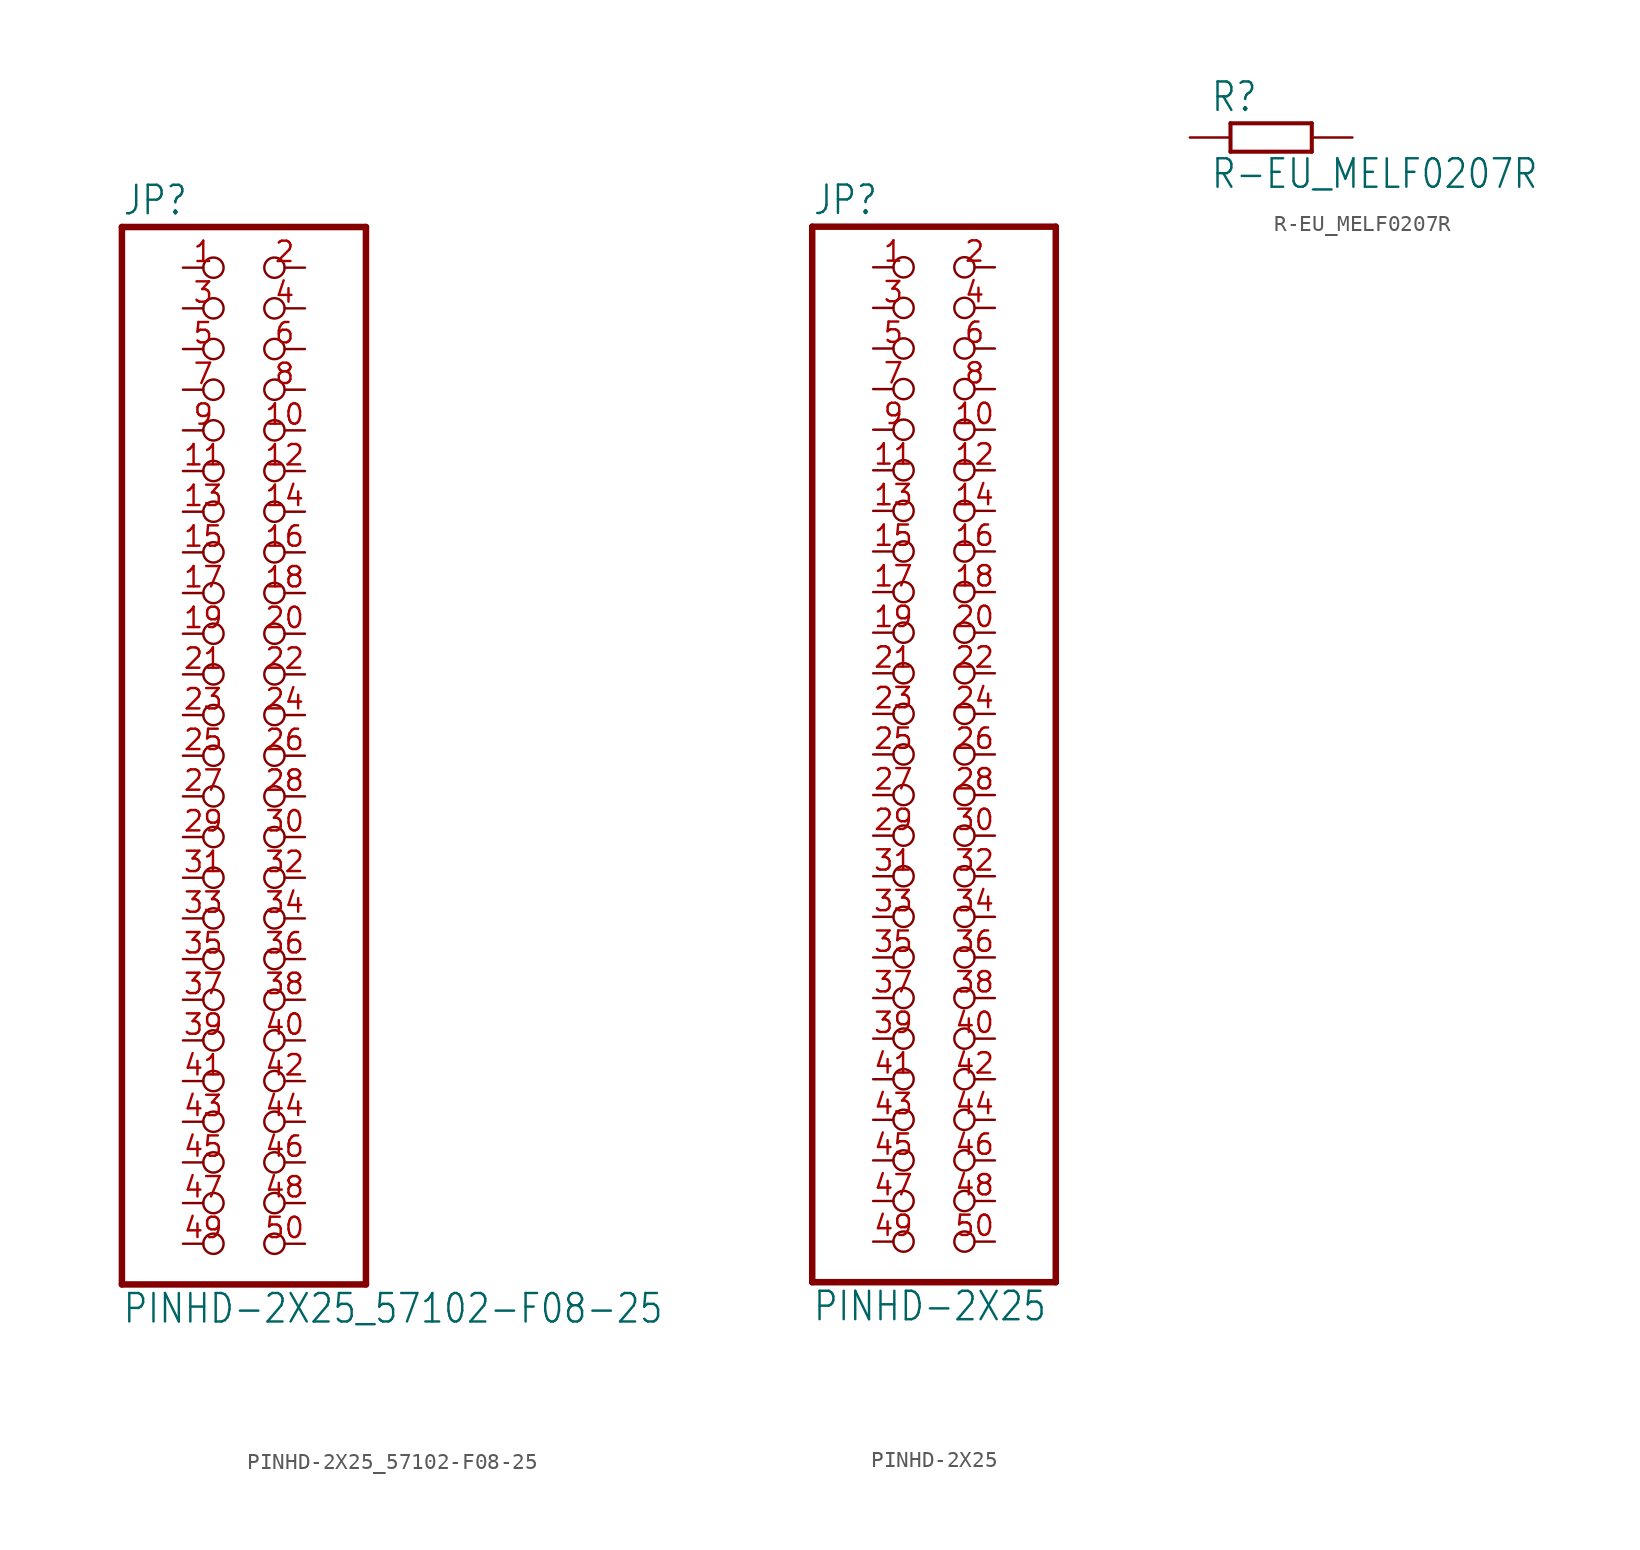
<source format=kicad_sym>
(kicad_symbol_lib
  (version 20220331)
  (generator kicad_symbol_editor)
  (symbol "PINHD-2X25_57102-F08-25"
    (property "Reference" "JP"
      (at -6.35 33.655 0)
      (effects (font (size 1.778 1.511)) (justify left bottom)))
    (property "Value" "PINHD-2X25_57102-F08-25"
      (at -6.35 -35.56 0)
      (effects (font (size 1.778 1.511)) (justify left bottom)))
    (property "ki_locked" ""
      (at 0 0 0)
      (effects (font (size 1.27 1.27))))
    (symbol "PINHD-2X25_57102-F08-25_1_0"
      (polyline (pts (xy -6.35 -33.02) (xy 8.89 -33.02)) (stroke (width 0.406) (type solid)) (fill (type none)))
      (polyline (pts (xy -6.35 33.02) (xy -6.35 -33.02)) (stroke (width 0.406) (type solid)) (fill (type none)))
      (polyline (pts (xy 8.89 -33.02) (xy 8.89 33.02)) (stroke (width 0.406) (type solid)) (fill (type none)))
      (polyline (pts (xy 8.89 33.02) (xy -6.35 33.02)) (stroke (width 0.406) (type solid)) (fill (type none)))
      (pin passive inverted (at -2.54 30.48 0) (length 2.54) (name "1" (effects (font (size 0 0)))) (number "1" (effects (font (size 1.27 1.27)))))
      (pin passive inverted (at 5.08 20.32 180) (length 2.54) (name "10" (effects (font (size 0 0)))) (number "10" (effects (font (size 1.27 1.27)))))
      (pin passive inverted (at -2.54 17.78 0) (length 2.54) (name "11" (effects (font (size 0 0)))) (number "11" (effects (font (size 1.27 1.27)))))
      (pin passive inverted (at 5.08 17.78 180) (length 2.54) (name "12" (effects (font (size 0 0)))) (number "12" (effects (font (size 1.27 1.27)))))
      (pin passive inverted (at -2.54 15.24 0) (length 2.54) (name "13" (effects (font (size 0 0)))) (number "13" (effects (font (size 1.27 1.27)))))
      (pin passive inverted (at 5.08 15.24 180) (length 2.54) (name "14" (effects (font (size 0 0)))) (number "14" (effects (font (size 1.27 1.27)))))
      (pin passive inverted (at -2.54 12.7 0) (length 2.54) (name "15" (effects (font (size 0 0)))) (number "15" (effects (font (size 1.27 1.27)))))
      (pin passive inverted (at 5.08 12.7 180) (length 2.54) (name "16" (effects (font (size 0 0)))) (number "16" (effects (font (size 1.27 1.27)))))
      (pin passive inverted (at -2.54 10.16 0) (length 2.54) (name "17" (effects (font (size 0 0)))) (number "17" (effects (font (size 1.27 1.27)))))
      (pin passive inverted (at 5.08 10.16 180) (length 2.54) (name "18" (effects (font (size 0 0)))) (number "18" (effects (font (size 1.27 1.27)))))
      (pin passive inverted (at -2.54 7.62 0) (length 2.54) (name "19" (effects (font (size 0 0)))) (number "19" (effects (font (size 1.27 1.27)))))
      (pin passive inverted (at 5.08 30.48 180) (length 2.54) (name "2" (effects (font (size 0 0)))) (number "2" (effects (font (size 1.27 1.27)))))
      (pin passive inverted (at 5.08 7.62 180) (length 2.54) (name "20" (effects (font (size 0 0)))) (number "20" (effects (font (size 1.27 1.27)))))
      (pin passive inverted (at -2.54 5.08 0) (length 2.54) (name "21" (effects (font (size 0 0)))) (number "21" (effects (font (size 1.27 1.27)))))
      (pin passive inverted (at 5.08 5.08 180) (length 2.54) (name "22" (effects (font (size 0 0)))) (number "22" (effects (font (size 1.27 1.27)))))
      (pin passive inverted (at -2.54 2.54 0) (length 2.54) (name "23" (effects (font (size 0 0)))) (number "23" (effects (font (size 1.27 1.27)))))
      (pin passive inverted (at 5.08 2.54 180) (length 2.54) (name "24" (effects (font (size 0 0)))) (number "24" (effects (font (size 1.27 1.27)))))
      (pin passive inverted (at -2.54 0 0) (length 2.54) (name "25" (effects (font (size 0 0)))) (number "25" (effects (font (size 1.27 1.27)))))
      (pin passive inverted (at 5.08 0 180) (length 2.54) (name "26" (effects (font (size 0 0)))) (number "26" (effects (font (size 1.27 1.27)))))
      (pin passive inverted (at -2.54 -2.54 0) (length 2.54) (name "27" (effects (font (size 0 0)))) (number "27" (effects (font (size 1.27 1.27)))))
      (pin passive inverted (at 5.08 -2.54 180) (length 2.54) (name "28" (effects (font (size 0 0)))) (number "28" (effects (font (size 1.27 1.27)))))
      (pin passive inverted (at -2.54 -5.08 0) (length 2.54) (name "29" (effects (font (size 0 0)))) (number "29" (effects (font (size 1.27 1.27)))))
      (pin passive inverted (at -2.54 27.94 0) (length 2.54) (name "3" (effects (font (size 0 0)))) (number "3" (effects (font (size 1.27 1.27)))))
      (pin passive inverted (at 5.08 -5.08 180) (length 2.54) (name "30" (effects (font (size 0 0)))) (number "30" (effects (font (size 1.27 1.27)))))
      (pin passive inverted (at -2.54 -7.62 0) (length 2.54) (name "31" (effects (font (size 0 0)))) (number "31" (effects (font (size 1.27 1.27)))))
      (pin passive inverted (at 5.08 -7.62 180) (length 2.54) (name "32" (effects (font (size 0 0)))) (number "32" (effects (font (size 1.27 1.27)))))
      (pin passive inverted (at -2.54 -10.16 0) (length 2.54) (name "33" (effects (font (size 0 0)))) (number "33" (effects (font (size 1.27 1.27)))))
      (pin passive inverted (at 5.08 -10.16 180) (length 2.54) (name "34" (effects (font (size 0 0)))) (number "34" (effects (font (size 1.27 1.27)))))
      (pin passive inverted (at -2.54 -12.7 0) (length 2.54) (name "35" (effects (font (size 0 0)))) (number "35" (effects (font (size 1.27 1.27)))))
      (pin passive inverted (at 5.08 -12.7 180) (length 2.54) (name "36" (effects (font (size 0 0)))) (number "36" (effects (font (size 1.27 1.27)))))
      (pin passive inverted (at -2.54 -15.24 0) (length 2.54) (name "37" (effects (font (size 0 0)))) (number "37" (effects (font (size 1.27 1.27)))))
      (pin passive inverted (at 5.08 -15.24 180) (length 2.54) (name "38" (effects (font (size 0 0)))) (number "38" (effects (font (size 1.27 1.27)))))
      (pin passive inverted (at -2.54 -17.78 0) (length 2.54) (name "39" (effects (font (size 0 0)))) (number "39" (effects (font (size 1.27 1.27)))))
      (pin passive inverted (at 5.08 27.94 180) (length 2.54) (name "4" (effects (font (size 0 0)))) (number "4" (effects (font (size 1.27 1.27)))))
      (pin passive inverted (at 5.08 -17.78 180) (length 2.54) (name "40" (effects (font (size 0 0)))) (number "40" (effects (font (size 1.27 1.27)))))
      (pin passive inverted (at -2.54 -20.32 0) (length 2.54) (name "41" (effects (font (size 0 0)))) (number "41" (effects (font (size 1.27 1.27)))))
      (pin passive inverted (at 5.08 -20.32 180) (length 2.54) (name "42" (effects (font (size 0 0)))) (number "42" (effects (font (size 1.27 1.27)))))
      (pin passive inverted (at -2.54 -22.86 0) (length 2.54) (name "43" (effects (font (size 0 0)))) (number "43" (effects (font (size 1.27 1.27)))))
      (pin passive inverted (at 5.08 -22.86 180) (length 2.54) (name "44" (effects (font (size 0 0)))) (number "44" (effects (font (size 1.27 1.27)))))
      (pin passive inverted (at -2.54 -25.4 0) (length 2.54) (name "45" (effects (font (size 0 0)))) (number "45" (effects (font (size 1.27 1.27)))))
      (pin passive inverted (at 5.08 -25.4 180) (length 2.54) (name "46" (effects (font (size 0 0)))) (number "46" (effects (font (size 1.27 1.27)))))
      (pin passive inverted (at -2.54 -27.94 0) (length 2.54) (name "47" (effects (font (size 0 0)))) (number "47" (effects (font (size 1.27 1.27)))))
      (pin passive inverted (at 5.08 -27.94 180) (length 2.54) (name "48" (effects (font (size 0 0)))) (number "48" (effects (font (size 1.27 1.27)))))
      (pin passive inverted (at -2.54 -30.48 0) (length 2.54) (name "49" (effects (font (size 0 0)))) (number "49" (effects (font (size 1.27 1.27)))))
      (pin passive inverted (at -2.54 25.4 0) (length 2.54) (name "5" (effects (font (size 0 0)))) (number "5" (effects (font (size 1.27 1.27)))))
      (pin passive inverted (at 5.08 -30.48 180) (length 2.54) (name "50" (effects (font (size 0 0)))) (number "50" (effects (font (size 1.27 1.27)))))
      (pin passive inverted (at 5.08 25.4 180) (length 2.54) (name "6" (effects (font (size 0 0)))) (number "6" (effects (font (size 1.27 1.27)))))
      (pin passive inverted (at -2.54 22.86 0) (length 2.54) (name "7" (effects (font (size 0 0)))) (number "7" (effects (font (size 1.27 1.27)))))
      (pin passive inverted (at 5.08 22.86 180) (length 2.54) (name "8" (effects (font (size 0 0)))) (number "8" (effects (font (size 1.27 1.27)))))
      (pin passive inverted (at -2.54 20.32 0) (length 2.54) (name "9" (effects (font (size 0 0)))) (number "9" (effects (font (size 1.27 1.27)))))))
  (symbol "PINHD-2X25"
    (property "Reference" "JP"
      (at -6.35 33.655 0)
      (effects (font (size 1.778 1.511)) (justify left bottom)))
    (property "Value" "PINHD-2X25"
      (at -6.35 -35.56 0)
      (effects (font (size 1.778 1.511)) (justify left bottom)))
    (property "ki_locked" ""
      (at 0 0 0)
      (effects (font (size 1.27 1.27))))
    (symbol "PINHD-2X25_1_0"
      (polyline (pts (xy -6.35 -33.02) (xy 8.89 -33.02)) (stroke (width 0.406) (type solid)) (fill (type none)))
      (polyline (pts (xy -6.35 33.02) (xy -6.35 -33.02)) (stroke (width 0.406) (type solid)) (fill (type none)))
      (polyline (pts (xy 8.89 -33.02) (xy 8.89 33.02)) (stroke (width 0.406) (type solid)) (fill (type none)))
      (polyline (pts (xy 8.89 33.02) (xy -6.35 33.02)) (stroke (width 0.406) (type solid)) (fill (type none)))
      (pin passive inverted (at -2.54 30.48 0) (length 2.54) (name "1" (effects (font (size 0 0)))) (number "1" (effects (font (size 1.27 1.27)))))
      (pin passive inverted (at 5.08 20.32 180) (length 2.54) (name "10" (effects (font (size 0 0)))) (number "10" (effects (font (size 1.27 1.27)))))
      (pin passive inverted (at -2.54 17.78 0) (length 2.54) (name "11" (effects (font (size 0 0)))) (number "11" (effects (font (size 1.27 1.27)))))
      (pin passive inverted (at 5.08 17.78 180) (length 2.54) (name "12" (effects (font (size 0 0)))) (number "12" (effects (font (size 1.27 1.27)))))
      (pin passive inverted (at -2.54 15.24 0) (length 2.54) (name "13" (effects (font (size 0 0)))) (number "13" (effects (font (size 1.27 1.27)))))
      (pin passive inverted (at 5.08 15.24 180) (length 2.54) (name "14" (effects (font (size 0 0)))) (number "14" (effects (font (size 1.27 1.27)))))
      (pin passive inverted (at -2.54 12.7 0) (length 2.54) (name "15" (effects (font (size 0 0)))) (number "15" (effects (font (size 1.27 1.27)))))
      (pin passive inverted (at 5.08 12.7 180) (length 2.54) (name "16" (effects (font (size 0 0)))) (number "16" (effects (font (size 1.27 1.27)))))
      (pin passive inverted (at -2.54 10.16 0) (length 2.54) (name "17" (effects (font (size 0 0)))) (number "17" (effects (font (size 1.27 1.27)))))
      (pin passive inverted (at 5.08 10.16 180) (length 2.54) (name "18" (effects (font (size 0 0)))) (number "18" (effects (font (size 1.27 1.27)))))
      (pin passive inverted (at -2.54 7.62 0) (length 2.54) (name "19" (effects (font (size 0 0)))) (number "19" (effects (font (size 1.27 1.27)))))
      (pin passive inverted (at 5.08 30.48 180) (length 2.54) (name "2" (effects (font (size 0 0)))) (number "2" (effects (font (size 1.27 1.27)))))
      (pin passive inverted (at 5.08 7.62 180) (length 2.54) (name "20" (effects (font (size 0 0)))) (number "20" (effects (font (size 1.27 1.27)))))
      (pin passive inverted (at -2.54 5.08 0) (length 2.54) (name "21" (effects (font (size 0 0)))) (number "21" (effects (font (size 1.27 1.27)))))
      (pin passive inverted (at 5.08 5.08 180) (length 2.54) (name "22" (effects (font (size 0 0)))) (number "22" (effects (font (size 1.27 1.27)))))
      (pin passive inverted (at -2.54 2.54 0) (length 2.54) (name "23" (effects (font (size 0 0)))) (number "23" (effects (font (size 1.27 1.27)))))
      (pin passive inverted (at 5.08 2.54 180) (length 2.54) (name "24" (effects (font (size 0 0)))) (number "24" (effects (font (size 1.27 1.27)))))
      (pin passive inverted (at -2.54 0 0) (length 2.54) (name "25" (effects (font (size 0 0)))) (number "25" (effects (font (size 1.27 1.27)))))
      (pin passive inverted (at 5.08 0 180) (length 2.54) (name "26" (effects (font (size 0 0)))) (number "26" (effects (font (size 1.27 1.27)))))
      (pin passive inverted (at -2.54 -2.54 0) (length 2.54) (name "27" (effects (font (size 0 0)))) (number "27" (effects (font (size 1.27 1.27)))))
      (pin passive inverted (at 5.08 -2.54 180) (length 2.54) (name "28" (effects (font (size 0 0)))) (number "28" (effects (font (size 1.27 1.27)))))
      (pin passive inverted (at -2.54 -5.08 0) (length 2.54) (name "29" (effects (font (size 0 0)))) (number "29" (effects (font (size 1.27 1.27)))))
      (pin passive inverted (at -2.54 27.94 0) (length 2.54) (name "3" (effects (font (size 0 0)))) (number "3" (effects (font (size 1.27 1.27)))))
      (pin passive inverted (at 5.08 -5.08 180) (length 2.54) (name "30" (effects (font (size 0 0)))) (number "30" (effects (font (size 1.27 1.27)))))
      (pin passive inverted (at -2.54 -7.62 0) (length 2.54) (name "31" (effects (font (size 0 0)))) (number "31" (effects (font (size 1.27 1.27)))))
      (pin passive inverted (at 5.08 -7.62 180) (length 2.54) (name "32" (effects (font (size 0 0)))) (number "32" (effects (font (size 1.27 1.27)))))
      (pin passive inverted (at -2.54 -10.16 0) (length 2.54) (name "33" (effects (font (size 0 0)))) (number "33" (effects (font (size 1.27 1.27)))))
      (pin passive inverted (at 5.08 -10.16 180) (length 2.54) (name "34" (effects (font (size 0 0)))) (number "34" (effects (font (size 1.27 1.27)))))
      (pin passive inverted (at -2.54 -12.7 0) (length 2.54) (name "35" (effects (font (size 0 0)))) (number "35" (effects (font (size 1.27 1.27)))))
      (pin passive inverted (at 5.08 -12.7 180) (length 2.54) (name "36" (effects (font (size 0 0)))) (number "36" (effects (font (size 1.27 1.27)))))
      (pin passive inverted (at -2.54 -15.24 0) (length 2.54) (name "37" (effects (font (size 0 0)))) (number "37" (effects (font (size 1.27 1.27)))))
      (pin passive inverted (at 5.08 -15.24 180) (length 2.54) (name "38" (effects (font (size 0 0)))) (number "38" (effects (font (size 1.27 1.27)))))
      (pin passive inverted (at -2.54 -17.78 0) (length 2.54) (name "39" (effects (font (size 0 0)))) (number "39" (effects (font (size 1.27 1.27)))))
      (pin passive inverted (at 5.08 27.94 180) (length 2.54) (name "4" (effects (font (size 0 0)))) (number "4" (effects (font (size 1.27 1.27)))))
      (pin passive inverted (at 5.08 -17.78 180) (length 2.54) (name "40" (effects (font (size 0 0)))) (number "40" (effects (font (size 1.27 1.27)))))
      (pin passive inverted (at -2.54 -20.32 0) (length 2.54) (name "41" (effects (font (size 0 0)))) (number "41" (effects (font (size 1.27 1.27)))))
      (pin passive inverted (at 5.08 -20.32 180) (length 2.54) (name "42" (effects (font (size 0 0)))) (number "42" (effects (font (size 1.27 1.27)))))
      (pin passive inverted (at -2.54 -22.86 0) (length 2.54) (name "43" (effects (font (size 0 0)))) (number "43" (effects (font (size 1.27 1.27)))))
      (pin passive inverted (at 5.08 -22.86 180) (length 2.54) (name "44" (effects (font (size 0 0)))) (number "44" (effects (font (size 1.27 1.27)))))
      (pin passive inverted (at -2.54 -25.4 0) (length 2.54) (name "45" (effects (font (size 0 0)))) (number "45" (effects (font (size 1.27 1.27)))))
      (pin passive inverted (at 5.08 -25.4 180) (length 2.54) (name "46" (effects (font (size 0 0)))) (number "46" (effects (font (size 1.27 1.27)))))
      (pin passive inverted (at -2.54 -27.94 0) (length 2.54) (name "47" (effects (font (size 0 0)))) (number "47" (effects (font (size 1.27 1.27)))))
      (pin passive inverted (at 5.08 -27.94 180) (length 2.54) (name "48" (effects (font (size 0 0)))) (number "48" (effects (font (size 1.27 1.27)))))
      (pin passive inverted (at -2.54 -30.48 0) (length 2.54) (name "49" (effects (font (size 0 0)))) (number "49" (effects (font (size 1.27 1.27)))))
      (pin passive inverted (at -2.54 25.4 0) (length 2.54) (name "5" (effects (font (size 0 0)))) (number "5" (effects (font (size 1.27 1.27)))))
      (pin passive inverted (at 5.08 -30.48 180) (length 2.54) (name "50" (effects (font (size 0 0)))) (number "50" (effects (font (size 1.27 1.27)))))
      (pin passive inverted (at 5.08 25.4 180) (length 2.54) (name "6" (effects (font (size 0 0)))) (number "6" (effects (font (size 1.27 1.27)))))
      (pin passive inverted (at -2.54 22.86 0) (length 2.54) (name "7" (effects (font (size 0 0)))) (number "7" (effects (font (size 1.27 1.27)))))
      (pin passive inverted (at 5.08 22.86 180) (length 2.54) (name "8" (effects (font (size 0 0)))) (number "8" (effects (font (size 1.27 1.27)))))
      (pin passive inverted (at -2.54 20.32 0) (length 2.54) (name "9" (effects (font (size 0 0)))) (number "9" (effects (font (size 1.27 1.27)))))))
  (symbol "R-EU_MELF0207R"
    (property "Reference" "R"
      (at -3.81 1.499 0)
      (effects (font (size 1.778 1.511)) (justify left bottom)))
    (property "Value" "R-EU_MELF0207R"
      (at -3.81 -3.302 0)
      (effects (font (size 1.778 1.511)) (justify left bottom)))
    (property "ki_locked" ""
      (at 0 0 0)
      (effects (font (size 1.27 1.27))))
    (symbol "R-EU_MELF0207R_1_0"
      (polyline (pts (xy -2.54 -0.889) (xy -2.54 0.889)) (stroke (width 0.254) (type solid)) (fill (type none)))
      (polyline (pts (xy -2.54 -0.889) (xy 2.54 -0.889)) (stroke (width 0.254) (type solid)) (fill (type none)))
      (polyline (pts (xy 2.54 -0.889) (xy 2.54 0.889)) (stroke (width 0.254) (type solid)) (fill (type none)))
      (polyline (pts (xy 2.54 0.889) (xy -2.54 0.889)) (stroke (width 0.254) (type solid)) (fill (type none)))
      (pin passive line (at -5.08 0 0) (length 2.54) (name "1" (effects (font (size 0 0)))) (number "1" (effects (font (size 0 0)))))
      (pin passive line (at 5.08 0 180) (length 2.54) (name "2" (effects (font (size 0 0)))) (number "2" (effects (font (size 0 0))))))))
</source>
